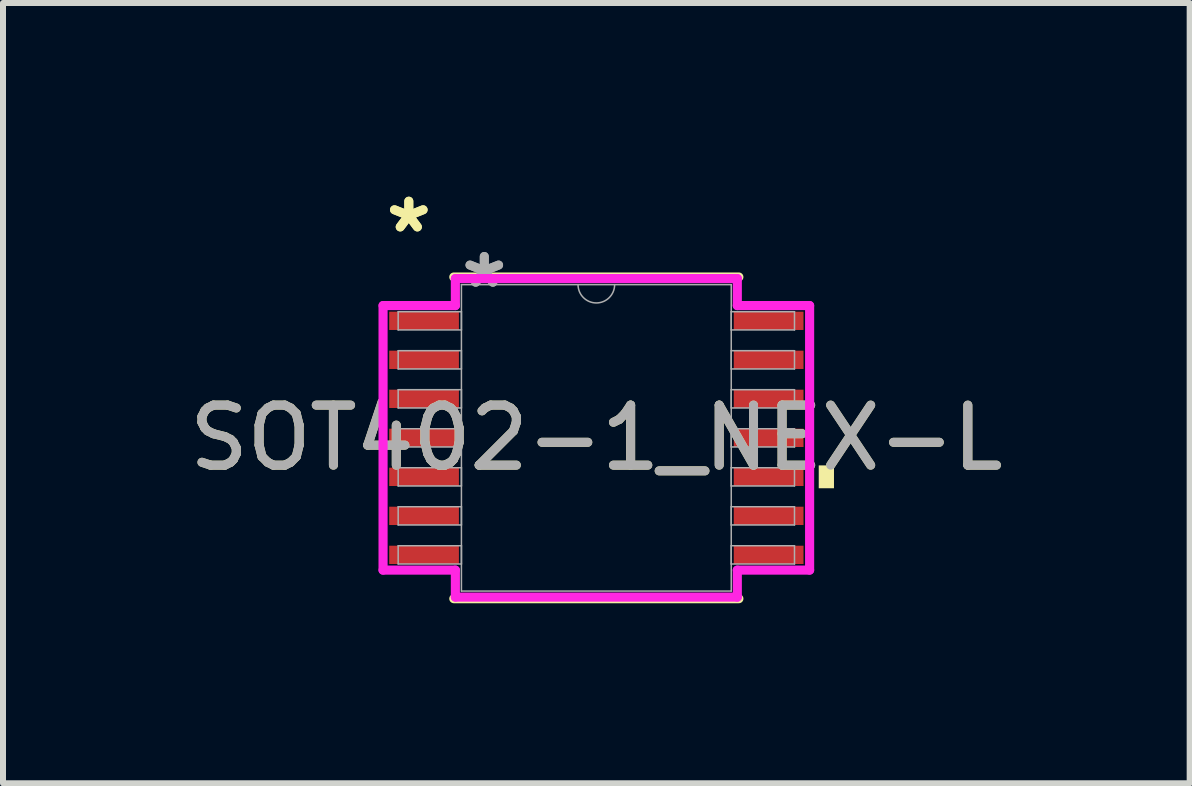
<source format=kicad_pcb>
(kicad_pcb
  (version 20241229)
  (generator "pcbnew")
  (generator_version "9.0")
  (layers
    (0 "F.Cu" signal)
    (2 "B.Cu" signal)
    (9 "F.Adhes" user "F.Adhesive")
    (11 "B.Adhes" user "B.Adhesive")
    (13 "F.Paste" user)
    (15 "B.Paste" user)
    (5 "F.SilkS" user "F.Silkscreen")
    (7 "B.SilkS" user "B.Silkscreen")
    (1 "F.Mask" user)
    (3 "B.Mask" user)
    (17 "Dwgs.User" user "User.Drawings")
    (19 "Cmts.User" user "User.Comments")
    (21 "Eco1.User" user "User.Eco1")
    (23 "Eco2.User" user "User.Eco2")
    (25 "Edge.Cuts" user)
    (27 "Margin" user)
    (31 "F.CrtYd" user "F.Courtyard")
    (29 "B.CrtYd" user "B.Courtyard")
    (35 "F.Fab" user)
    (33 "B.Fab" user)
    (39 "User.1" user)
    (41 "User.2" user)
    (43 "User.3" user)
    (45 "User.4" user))
  (footprint "SOT402-1_NEX-L"
    (layer "F.Cu")
    (at 6.887 4.246)
    (property "Reference" "SOT402-1_NEX-L" (at 0 0 0) (unlocked yes) (layer "F.SilkS") (effects (font (size 1 1) (thickness 0.15))))
    (attr smd)
    (fp_line (start -2.375 2.68) (end 2.375 2.68) (stroke (width 0.152) (type solid)) (layer "F.SilkS"))
    (fp_line (start 2.375 -2.68) (end -2.375 -2.68) (stroke (width 0.152) (type solid)) (layer "F.SilkS"))
    (fp_poly (pts (xy 3.96 0.459) (xy 3.96 0.84) (xy 3.706 0.84) (xy 3.706 0.459)) (stroke (width 0) (type solid)) (fill yes) (layer "F.SilkS"))
    (fp_line (start -3.554 -2.204) (end -2.349 -2.204) (stroke (width 0.152) (type solid)) (layer "F.CrtYd"))
    (fp_line (start -3.554 2.204) (end -3.554 -2.204) (stroke (width 0.152) (type solid)) (layer "F.CrtYd"))
    (fp_line (start -3.554 2.204) (end -2.349 2.204) (stroke (width 0.152) (type solid)) (layer "F.CrtYd"))
    (fp_line (start -2.349 -2.654) (end 2.349 -2.654) (stroke (width 0.152) (type solid)) (layer "F.CrtYd"))
    (fp_line (start -2.349 -2.204) (end -2.349 -2.654) (stroke (width 0.152) (type solid)) (layer "F.CrtYd"))
    (fp_line (start -2.349 2.654) (end -2.349 2.204) (stroke (width 0.152) (type solid)) (layer "F.CrtYd"))
    (fp_line (start 2.349 -2.654) (end 2.349 -2.204) (stroke (width 0.152) (type solid)) (layer "F.CrtYd"))
    (fp_line (start 2.349 2.204) (end 2.349 2.654) (stroke (width 0.152) (type solid)) (layer "F.CrtYd"))
    (fp_line (start 2.349 2.654) (end -2.349 2.654) (stroke (width 0.152) (type solid)) (layer "F.CrtYd"))
    (fp_line (start 3.554 -2.204) (end 2.349 -2.204) (stroke (width 0.152) (type solid)) (layer "F.CrtYd"))
    (fp_line (start 3.554 -2.204) (end 3.554 2.204) (stroke (width 0.152) (type solid)) (layer "F.CrtYd"))
    (fp_line (start 3.554 2.204) (end 2.349 2.204) (stroke (width 0.152) (type solid)) (layer "F.CrtYd"))
    (fp_line (start -3.302 -2.102) (end -3.302 -1.798) (stroke (width 0.025) (type solid)) (layer "F.Fab"))
    (fp_line (start -3.302 -1.798) (end -2.248 -1.798) (stroke (width 0.025) (type solid)) (layer "F.Fab"))
    (fp_line (start -3.302 -1.452) (end -3.302 -1.148) (stroke (width 0.025) (type solid)) (layer "F.Fab"))
    (fp_line (start -3.302 -1.148) (end -2.248 -1.148) (stroke (width 0.025) (type solid)) (layer "F.Fab"))
    (fp_line (start -3.302 -0.802) (end -3.302 -0.498) (stroke (width 0.025) (type solid)) (layer "F.Fab"))
    (fp_line (start -3.302 -0.498) (end -2.248 -0.498) (stroke (width 0.025) (type solid)) (layer "F.Fab"))
    (fp_line (start -3.302 -0.152) (end -3.302 0.152) (stroke (width 0.025) (type solid)) (layer "F.Fab"))
    (fp_line (start -3.302 0.152) (end -2.248 0.152) (stroke (width 0.025) (type solid)) (layer "F.Fab"))
    (fp_line (start -3.302 0.498) (end -3.302 0.802) (stroke (width 0.025) (type solid)) (layer "F.Fab"))
    (fp_line (start -3.302 0.802) (end -2.248 0.802) (stroke (width 0.025) (type solid)) (layer "F.Fab"))
    (fp_line (start -3.302 1.148) (end -3.302 1.452) (stroke (width 0.025) (type solid)) (layer "F.Fab"))
    (fp_line (start -3.302 1.452) (end -2.248 1.452) (stroke (width 0.025) (type solid)) (layer "F.Fab"))
    (fp_line (start -3.302 1.798) (end -3.302 2.102) (stroke (width 0.025) (type solid)) (layer "F.Fab"))
    (fp_line (start -3.302 2.102) (end -2.248 2.102) (stroke (width 0.025) (type solid)) (layer "F.Fab"))
    (fp_line (start -2.248 -2.553) (end -2.248 2.553) (stroke (width 0.025) (type solid)) (layer "F.Fab"))
    (fp_line (start -2.248 -2.102) (end -3.302 -2.102) (stroke (width 0.025) (type solid)) (layer "F.Fab"))
    (fp_line (start -2.248 -1.798) (end -2.248 -2.102) (stroke (width 0.025) (type solid)) (layer "F.Fab"))
    (fp_line (start -2.248 -1.452) (end -3.302 -1.452) (stroke (width 0.025) (type solid)) (layer "F.Fab"))
    (fp_line (start -2.248 -1.148) (end -2.248 -1.452) (stroke (width 0.025) (type solid)) (layer "F.Fab"))
    (fp_line (start -2.248 -0.802) (end -3.302 -0.802) (stroke (width 0.025) (type solid)) (layer "F.Fab"))
    (fp_line (start -2.248 -0.498) (end -2.248 -0.802) (stroke (width 0.025) (type solid)) (layer "F.Fab"))
    (fp_line (start -2.248 -0.152) (end -3.302 -0.152) (stroke (width 0.025) (type solid)) (layer "F.Fab"))
    (fp_line (start -2.248 0.152) (end -2.248 -0.152) (stroke (width 0.025) (type solid)) (layer "F.Fab"))
    (fp_line (start -2.248 0.498) (end -3.302 0.498) (stroke (width 0.025) (type solid)) (layer "F.Fab"))
    (fp_line (start -2.248 0.802) (end -2.248 0.498) (stroke (width 0.025) (type solid)) (layer "F.Fab"))
    (fp_line (start -2.248 1.148) (end -3.302 1.148) (stroke (width 0.025) (type solid)) (layer "F.Fab"))
    (fp_line (start -2.248 1.452) (end -2.248 1.148) (stroke (width 0.025) (type solid)) (layer "F.Fab"))
    (fp_line (start -2.248 1.798) (end -3.302 1.798) (stroke (width 0.025) (type solid)) (layer "F.Fab"))
    (fp_line (start -2.248 2.102) (end -2.248 1.798) (stroke (width 0.025) (type solid)) (layer "F.Fab"))
    (fp_line (start -2.248 2.553) (end 2.248 2.553) (stroke (width 0.025) (type solid)) (layer "F.Fab"))
    (fp_line (start 2.248 -2.553) (end -2.248 -2.553) (stroke (width 0.025) (type solid)) (layer "F.Fab"))
    (fp_line (start 2.248 -2.102) (end 2.248 -1.798) (stroke (width 0.025) (type solid)) (layer "F.Fab"))
    (fp_line (start 2.248 -1.798) (end 3.302 -1.798) (stroke (width 0.025) (type solid)) (layer "F.Fab"))
    (fp_line (start 2.248 -1.452) (end 2.248 -1.148) (stroke (width 0.025) (type solid)) (layer "F.Fab"))
    (fp_line (start 2.248 -1.148) (end 3.302 -1.148) (stroke (width 0.025) (type solid)) (layer "F.Fab"))
    (fp_line (start 2.248 -0.802) (end 2.248 -0.498) (stroke (width 0.025) (type solid)) (layer "F.Fab"))
    (fp_line (start 2.248 -0.498) (end 3.302 -0.498) (stroke (width 0.025) (type solid)) (layer "F.Fab"))
    (fp_line (start 2.248 -0.152) (end 2.248 0.152) (stroke (width 0.025) (type solid)) (layer "F.Fab"))
    (fp_line (start 2.248 0.152) (end 3.302 0.152) (stroke (width 0.025) (type solid)) (layer "F.Fab"))
    (fp_line (start 2.248 0.498) (end 2.248 0.802) (stroke (width 0.025) (type solid)) (layer "F.Fab"))
    (fp_line (start 2.248 0.802) (end 3.302 0.802) (stroke (width 0.025) (type solid)) (layer "F.Fab"))
    (fp_line (start 2.248 1.148) (end 2.248 1.452) (stroke (width 0.025) (type solid)) (layer "F.Fab"))
    (fp_line (start 2.248 1.452) (end 3.302 1.452) (stroke (width 0.025) (type solid)) (layer "F.Fab"))
    (fp_line (start 2.248 1.798) (end 2.248 2.102) (stroke (width 0.025) (type solid)) (layer "F.Fab"))
    (fp_line (start 2.248 2.102) (end 3.302 2.102) (stroke (width 0.025) (type solid)) (layer "F.Fab"))
    (fp_line (start 2.248 2.553) (end 2.248 -2.553) (stroke (width 0.025) (type solid)) (layer "F.Fab"))
    (fp_line (start 3.302 -2.102) (end 2.248 -2.102) (stroke (width 0.025) (type solid)) (layer "F.Fab"))
    (fp_line (start 3.302 -1.798) (end 3.302 -2.102) (stroke (width 0.025) (type solid)) (layer "F.Fab"))
    (fp_line (start 3.302 -1.452) (end 2.248 -1.452) (stroke (width 0.025) (type solid)) (layer "F.Fab"))
    (fp_line (start 3.302 -1.148) (end 3.302 -1.452) (stroke (width 0.025) (type solid)) (layer "F.Fab"))
    (fp_line (start 3.302 -0.802) (end 2.248 -0.802) (stroke (width 0.025) (type solid)) (layer "F.Fab"))
    (fp_line (start 3.302 -0.498) (end 3.302 -0.802) (stroke (width 0.025) (type solid)) (layer "F.Fab"))
    (fp_line (start 3.302 -0.152) (end 2.248 -0.152) (stroke (width 0.025) (type solid)) (layer "F.Fab"))
    (fp_line (start 3.302 0.152) (end 3.302 -0.152) (stroke (width 0.025) (type solid)) (layer "F.Fab"))
    (fp_line (start 3.302 0.498) (end 2.248 0.498) (stroke (width 0.025) (type solid)) (layer "F.Fab"))
    (fp_line (start 3.302 0.802) (end 3.302 0.498) (stroke (width 0.025) (type solid)) (layer "F.Fab"))
    (fp_line (start 3.302 1.148) (end 2.248 1.148) (stroke (width 0.025) (type solid)) (layer "F.Fab"))
    (fp_line (start 3.302 1.452) (end 3.302 1.148) (stroke (width 0.025) (type solid)) (layer "F.Fab"))
    (fp_line (start 3.302 1.798) (end 2.248 1.798) (stroke (width 0.025) (type solid)) (layer "F.Fab"))
    (fp_line (start 3.302 2.102) (end 3.302 1.798) (stroke (width 0.025) (type solid)) (layer "F.Fab"))
    (fp_arc (start 0.3048 -2.5527) (mid 0 -2.2479) (end -0.3048 -2.5527) (stroke (width 0.0254) (type solid)) (layer "F.Fab"))
    (fp_text user "*" (at -3.125 -3.398 0) (unlocked yes) (layer "F.SilkS") (effects (font (size 1 1) (thickness 0.15))))
    (fp_text user "*" (at -3.125 -3.398 0) (layer "F.SilkS") (effects (font (size 1 1) (thickness 0.15))))
    (fp_text user "*" (at -1.867 -2.477 0) (unlocked yes) (layer "F.Fab") (effects (font (size 1 1) (thickness 0.15))))
    (fp_text user "${REFERENCE}" (at 0 0 0) (unlocked yes) (layer "F.Fab") (effects (font (size 1 1) (thickness 0.15))))
    (fp_text user "*" (at -1.867 -2.477 0) (layer "F.Fab") (effects (font (size 1 1) (thickness 0.15))))
    (pad "1" smd rect (at -2.871 -1.95) (size 1.162 0.305) (layers "F.Cu" "F.Mask" "F.Paste"))
    (pad "2" smd rect (at -2.871 -1.3) (size 1.162 0.305) (layers "F.Cu" "F.Mask" "F.Paste"))
    (pad "3" smd rect (at -2.871 -0.65) (size 1.162 0.305) (layers "F.Cu" "F.Mask" "F.Paste"))
    (pad "4" smd rect (at -2.871 0) (size 1.162 0.305) (layers "F.Cu" "F.Mask" "F.Paste"))
    (pad "5" smd rect (at -2.871 0.65) (size 1.162 0.305) (layers "F.Cu" "F.Mask" "F.Paste"))
    (pad "6" smd rect (at -2.871 1.3) (size 1.162 0.305) (layers "F.Cu" "F.Mask" "F.Paste"))
    (pad "7" smd rect (at -2.871 1.95) (size 1.162 0.305) (layers "F.Cu" "F.Mask" "F.Paste"))
    (pad "8" smd rect (at 2.871 1.95) (size 1.162 0.305) (layers "F.Cu" "F.Mask" "F.Paste"))
    (pad "9" smd rect (at 2.871 1.3) (size 1.162 0.305) (layers "F.Cu" "F.Mask" "F.Paste"))
    (pad "10" smd rect (at 2.871 0.65) (size 1.162 0.305) (layers "F.Cu" "F.Mask" "F.Paste"))
    (pad "11" smd rect (at 2.871 0) (size 1.162 0.305) (layers "F.Cu" "F.Mask" "F.Paste"))
    (pad "12" smd rect (at 2.871 -0.65) (size 1.162 0.305) (layers "F.Cu" "F.Mask" "F.Paste"))
    (pad "13" smd rect (at 2.871 -1.3) (size 1.162 0.305) (layers "F.Cu" "F.Mask" "F.Paste"))
    (pad "14" smd rect (at 2.871 -1.95) (size 1.162 0.305) (layers "F.Cu" "F.Mask" "F.Paste")))
  (gr_rect
    (start -3 -3)
    (end 16.774 10.002)
    (stroke (width 0.1) (type default))
    (fill no)
    (layer "Edge.Cuts")))
</source>
